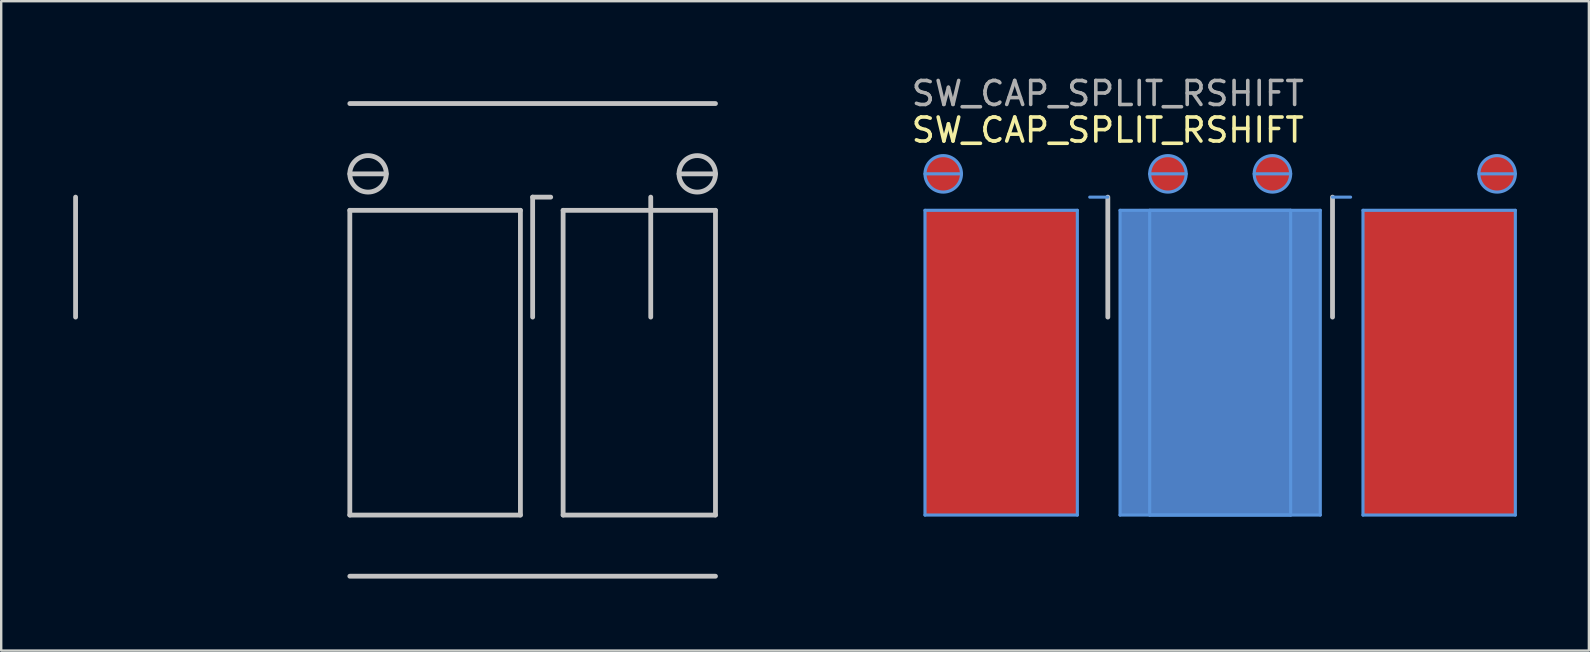
<source format=kicad_pcb>
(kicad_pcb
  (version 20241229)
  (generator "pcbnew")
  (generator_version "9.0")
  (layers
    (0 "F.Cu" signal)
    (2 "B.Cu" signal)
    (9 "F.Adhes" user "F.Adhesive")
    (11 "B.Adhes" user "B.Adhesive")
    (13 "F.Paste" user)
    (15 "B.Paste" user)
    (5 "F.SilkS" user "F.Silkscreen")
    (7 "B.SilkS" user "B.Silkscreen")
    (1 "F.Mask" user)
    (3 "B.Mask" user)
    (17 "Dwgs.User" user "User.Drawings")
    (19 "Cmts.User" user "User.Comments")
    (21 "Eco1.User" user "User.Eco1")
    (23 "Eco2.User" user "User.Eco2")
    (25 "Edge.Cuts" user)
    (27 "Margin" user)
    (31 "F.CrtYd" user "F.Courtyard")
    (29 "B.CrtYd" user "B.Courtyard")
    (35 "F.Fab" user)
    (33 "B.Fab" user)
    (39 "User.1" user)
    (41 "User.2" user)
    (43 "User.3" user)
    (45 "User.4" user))
  (footprint "SW_CAP_SPLIT_RSHIFT"
    (layer "F.Cu")
    (at 43.122 5.166)
    (property "Reference" "SW_CAP_SPLIT_RSHIFT" (at 0 -2.794 0) (unlocked yes) (layer "F.SilkS") (effects (font (size 1 1) (thickness 0.15))))
    (attr smd)
    (fp_line (start -43.022 0) (end -43.022 5) (stroke (width 0.2) (type solid)) (layer "Dwgs.User"))
    (fp_line (start -31.592 -3.9) (end -16.352 -3.9) (stroke (width 0.2) (type solid)) (layer "Dwgs.User"))
    (fp_line (start -31.592 -0.97) (end -30.072 -0.97) (stroke (width 0.2) (type solid)) (layer "Dwgs.User"))
    (fp_line (start -31.592 0.55) (end -31.592 13.25) (stroke (width 0.2) (type solid)) (layer "Dwgs.User"))
    (fp_line (start -31.592 13.25) (end -24.482 13.25) (stroke (width 0.2) (type solid)) (layer "Dwgs.User"))
    (fp_line (start -31.592 15.8) (end -16.352 15.8) (stroke (width 0.2) (type solid)) (layer "Dwgs.User"))
    (fp_line (start -24.482 0.55) (end -31.592 0.55) (stroke (width 0.2) (type solid)) (layer "Dwgs.User"))
    (fp_line (start -24.482 13.25) (end -24.482 0.55) (stroke (width 0.2) (type solid)) (layer "Dwgs.User"))
    (fp_line (start -23.972 0) (end -23.972 5) (stroke (width 0.2) (type solid)) (layer "Dwgs.User"))
    (fp_line (start -23.219 0) (end -23.972 0) (stroke (width 0.2) (type solid)) (layer "Dwgs.User"))
    (fp_line (start -22.702 0.55) (end -16.352 0.55) (stroke (width 0.2) (type solid)) (layer "Dwgs.User"))
    (fp_line (start -22.702 13.25) (end -22.702 0.55) (stroke (width 0.2) (type solid)) (layer "Dwgs.User"))
    (fp_line (start -19.05 0) (end -19.05 5) (stroke (width 0.2) (type solid)) (layer "Dwgs.User"))
    (fp_line (start -17.872 -0.97) (end -16.352 -0.97) (stroke (width 0.2) (type solid)) (layer "Dwgs.User"))
    (fp_line (start -16.352 0.55) (end -16.352 13.25) (stroke (width 0.2) (type solid)) (layer "Dwgs.User"))
    (fp_line (start -16.352 13.25) (end -22.702 13.25) (stroke (width 0.2) (type solid)) (layer "Dwgs.User"))
    (fp_line (start 0.000027 0) (end 0.000027 5) (stroke (width 0.2) (type solid)) (layer "Dwgs.User"))
    (fp_line (start 9.365 0) (end 9.365 5) (stroke (width 0.2) (type solid)) (layer "Dwgs.User"))
    (fp_circle (center -30.832 -0.97) (end -30.072 -0.97) (stroke (width 0.2) (type solid)) (fill no) (layer "Dwgs.User"))
    (fp_circle (center -17.112 -0.97) (end -16.352 -0.97) (stroke (width 0.2) (type solid)) (fill no) (layer "Dwgs.User"))
    (fp_line (start -7.62 0.55) (end -7.62 13.25) (stroke (width 0.13) (type solid)) (layer "Cmts.User"))
    (fp_line (start -7.62 13.25) (end -1.27 13.25) (stroke (width 0.13) (type solid)) (layer "Cmts.User"))
    (fp_line (start -6.1 -0.97) (end -7.62 -0.97) (stroke (width 0.13) (type solid)) (layer "Cmts.User"))
    (fp_line (start -1.27 0.55) (end -7.62 0.55) (stroke (width 0.13) (type solid)) (layer "Cmts.User"))
    (fp_line (start -1.27 13.25) (end -1.27 0.55) (stroke (width 0.13) (type solid)) (layer "Cmts.User"))
    (fp_line (start -0.753 0) (end 0 0) (stroke (width 0.13) (type solid)) (layer "Cmts.User"))
    (fp_line (start 0.51 0.55) (end 7.62 0.55) (stroke (width 0.13) (type solid)) (layer "Cmts.User"))
    (fp_line (start 0.51 13.25) (end 0.51 0.55) (stroke (width 0.13) (type solid)) (layer "Cmts.User"))
    (fp_line (start 1.745 -0.97) (end 3.265 -0.97) (stroke (width 0.13) (type solid)) (layer "Cmts.User"))
    (fp_line (start 1.745 0.55) (end 1.745 13.25) (stroke (width 0.13) (type solid)) (layer "Cmts.User"))
    (fp_line (start 1.745 13.25) (end 8.855 13.25) (stroke (width 0.13) (type solid)) (layer "Cmts.User"))
    (fp_line (start 7.62 -0.97) (end 6.1 -0.97) (stroke (width 0.13) (type solid)) (layer "Cmts.User"))
    (fp_line (start 7.62 0.55) (end 7.62 13.25) (stroke (width 0.13) (type solid)) (layer "Cmts.User"))
    (fp_line (start 7.62 13.25) (end 0.51 13.25) (stroke (width 0.13) (type solid)) (layer "Cmts.User"))
    (fp_line (start 8.855 0.55) (end 1.745 0.55) (stroke (width 0.13) (type solid)) (layer "Cmts.User"))
    (fp_line (start 8.855 13.25) (end 8.855 0.55) (stroke (width 0.13) (type solid)) (layer "Cmts.User"))
    (fp_line (start 10.118 0) (end 9.365 0) (stroke (width 0.13) (type solid)) (layer "Cmts.User"))
    (fp_line (start 10.635 0.55) (end 16.985 0.55) (stroke (width 0.13) (type solid)) (layer "Cmts.User"))
    (fp_line (start 10.635 13.25) (end 10.635 0.55) (stroke (width 0.13) (type solid)) (layer "Cmts.User"))
    (fp_line (start 15.465 -0.97) (end 16.985 -0.97) (stroke (width 0.13) (type solid)) (layer "Cmts.User"))
    (fp_line (start 16.985 0.55) (end 16.985 13.25) (stroke (width 0.13) (type solid)) (layer "Cmts.User"))
    (fp_line (start 16.985 13.25) (end 10.635 13.25) (stroke (width 0.13) (type solid)) (layer "Cmts.User"))
    (fp_circle (center -6.86 -0.97) (end -7.62 -0.97) (stroke (width 0.13) (type solid)) (fill no) (layer "Cmts.User"))
    (fp_circle (center 2.505 -0.97) (end 3.265 -0.97) (stroke (width 0.13) (type solid)) (fill no) (layer "Cmts.User"))
    (fp_circle (center 6.86 -0.97) (end 6.1 -0.97) (stroke (width 0.13) (type solid)) (fill no) (layer "Cmts.User"))
    (fp_circle (center 16.225 -0.97) (end 16.985 -0.97) (stroke (width 0.13) (type solid)) (fill no) (layer "Cmts.User"))
    (fp_text user "${REFERENCE}" (at 0 -4.318 0) (unlocked yes) (layer "F.Fab") (effects (font (size 1 1) (thickness 0.15))))
    (pad "COL" smd rect (at 4.683 6.9) (size 8.345 12.7) (layers "B.Cu"))
    (pad "REF" smd rect (at 4.683 6.9) (size 8.345 12.7) (layers "F.Cu"))
    (pad "ROW" smd rect (at -4.445 6.9) (size 6.35 12.7) (layers "F.Cu"))
    (pad "ROW" smd rect (at 13.81 6.9) (size 6.35 12.7) (layers "F.Cu"))
    (pad "X" smd circle (at -6.86 -0.97) (size 1.52 1.52) (layers "F.Cu"))
    (pad "X" smd circle (at 2.505 -0.97) (size 1.52 1.52) (layers "F.Cu"))
    (pad "Y" smd circle (at 6.86 -0.97) (size 1.52 1.52) (layers "F.Cu"))
    (pad "Y" smd circle (at 16.225 -0.97) (size 1.52 1.52) (layers "F.Cu")))
  (gr_rect
    (start -3 -3)
    (end 63.172 24.066)
    (stroke (width 0.1) (type default))
    (fill no)
    (layer "Edge.Cuts")))
</source>
